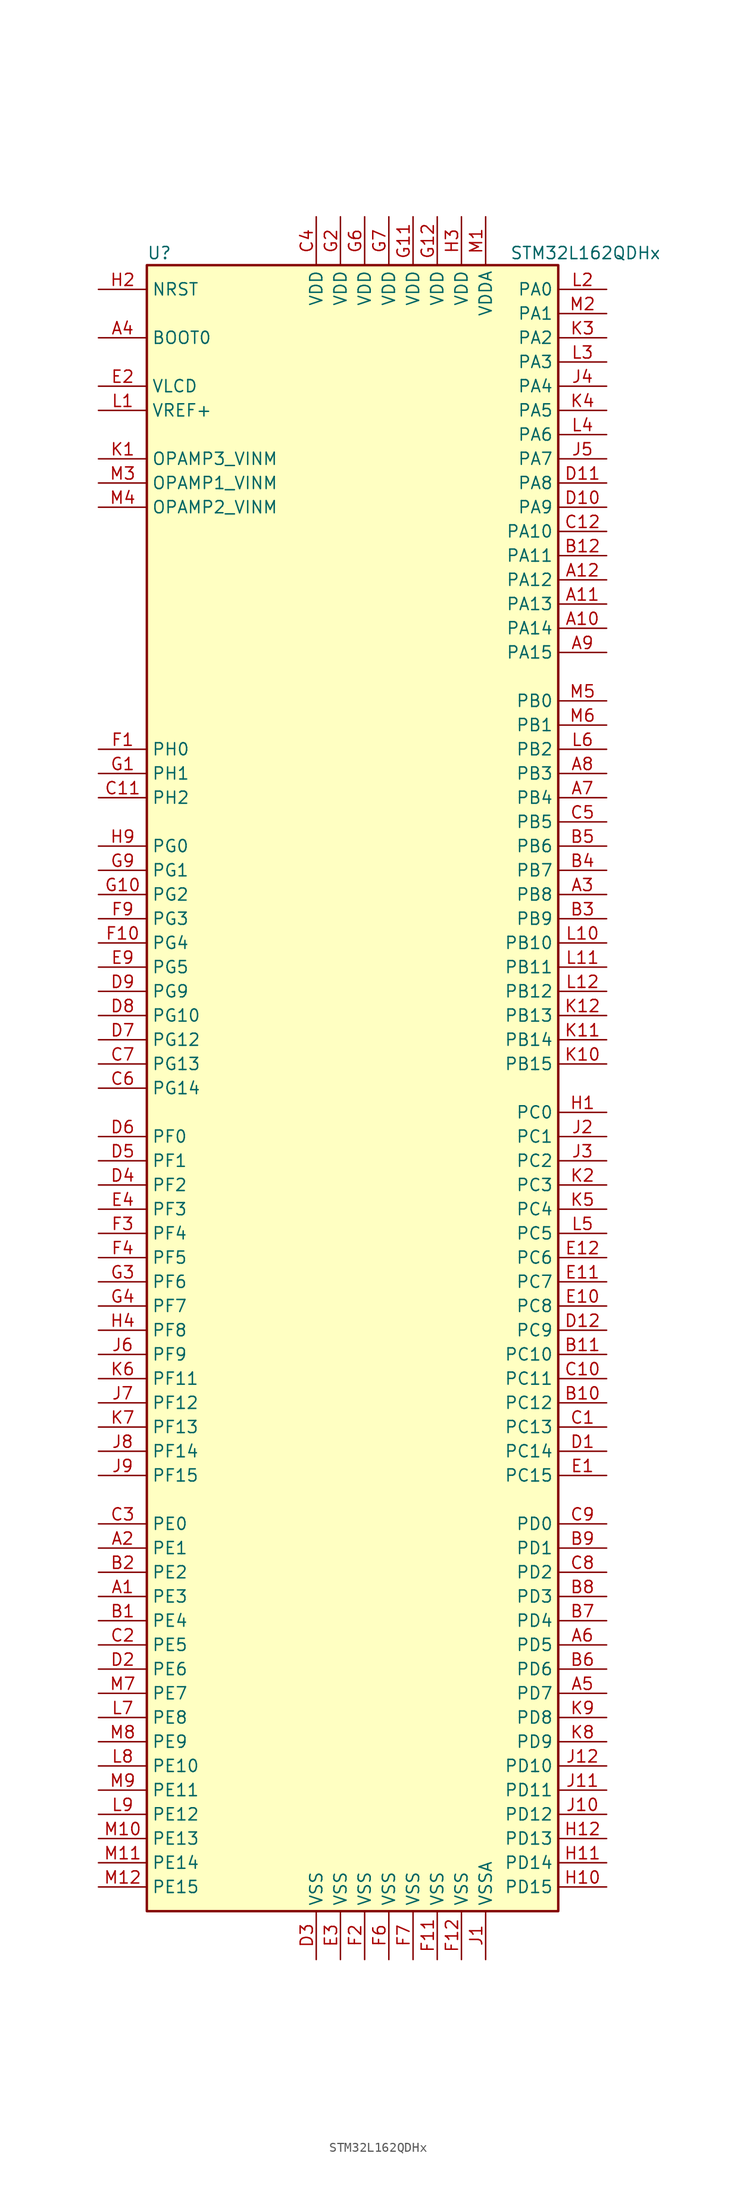
<source format=kicad_sym>
(kicad_symbol_lib
  (version 20201005)
  (generator kicad_symbol_editor)
  (symbol "MCU_ST_STM32L1:STM32L162QDHx"
    (property "Reference" "U"
      (at -22.86 87.63 0)
      (effects (font (size 1.27 1.27)) (justify left)))
    (property "Value" "STM32L162QDHx"
      (at 15.24 87.63 0)
      (effects (font (size 1.27 1.27)) (justify left)))
    (symbol "STM32L162QDHx_0_1"
      (rectangle (start -22.86 -86.36) (end 20.32 86.36) (stroke (width 0.254)) (fill (type background))))
    (symbol "STM32L162QDHx_1_1"
      (pin input line (at -27.94 78.74 0) (length 5.08) (name "BOOT0" (effects (font (size 1.27 1.27)))) (number "A4" (effects (font (size 1.27 1.27)))))
      (pin input line (at -27.94 83.82 0) (length 5.08) (name "NRST" (effects (font (size 1.27 1.27)))) (number "H2" (effects (font (size 1.27 1.27)))))
      (pin bidirectional line (at -27.94 63.5 0) (length 5.08) (name "OPAMP1_VINM" (effects (font (size 1.27 1.27)))) (number "M3" (effects (font (size 1.27 1.27)))))
      (pin bidirectional line (at -27.94 60.96 0) (length 5.08) (name "OPAMP2_VINM" (effects (font (size 1.27 1.27)))) (number "M4" (effects (font (size 1.27 1.27)))))
      (pin bidirectional line (at -27.94 66.04 0) (length 5.08) (name "OPAMP3_VINM" (effects (font (size 1.27 1.27)))) (number "K1" (effects (font (size 1.27 1.27)))))
      (pin bidirectional line (at 25.4 83.82 180) (length 5.08) (name "PA0" (effects (font (size 1.27 1.27)))) (number "L2" (effects (font (size 1.27 1.27)))))
      (pin bidirectional line (at 25.4 81.28 180) (length 5.08) (name "PA1" (effects (font (size 1.27 1.27)))) (number "M2" (effects (font (size 1.27 1.27)))))
      (pin bidirectional line (at 25.4 58.42 180) (length 5.08) (name "PA10" (effects (font (size 1.27 1.27)))) (number "C12" (effects (font (size 1.27 1.27)))))
      (pin bidirectional line (at 25.4 55.88 180) (length 5.08) (name "PA11" (effects (font (size 1.27 1.27)))) (number "B12" (effects (font (size 1.27 1.27)))))
      (pin bidirectional line (at 25.4 53.34 180) (length 5.08) (name "PA12" (effects (font (size 1.27 1.27)))) (number "A12" (effects (font (size 1.27 1.27)))))
      (pin bidirectional line (at 25.4 50.8 180) (length 5.08) (name "PA13" (effects (font (size 1.27 1.27)))) (number "A11" (effects (font (size 1.27 1.27)))))
      (pin bidirectional line (at 25.4 48.26 180) (length 5.08) (name "PA14" (effects (font (size 1.27 1.27)))) (number "A10" (effects (font (size 1.27 1.27)))))
      (pin bidirectional line (at 25.4 45.72 180) (length 5.08) (name "PA15" (effects (font (size 1.27 1.27)))) (number "A9" (effects (font (size 1.27 1.27)))))
      (pin bidirectional line (at 25.4 78.74 180) (length 5.08) (name "PA2" (effects (font (size 1.27 1.27)))) (number "K3" (effects (font (size 1.27 1.27)))))
      (pin bidirectional line (at 25.4 76.2 180) (length 5.08) (name "PA3" (effects (font (size 1.27 1.27)))) (number "L3" (effects (font (size 1.27 1.27)))))
      (pin bidirectional line (at 25.4 73.66 180) (length 5.08) (name "PA4" (effects (font (size 1.27 1.27)))) (number "J4" (effects (font (size 1.27 1.27)))))
      (pin bidirectional line (at 25.4 71.12 180) (length 5.08) (name "PA5" (effects (font (size 1.27 1.27)))) (number "K4" (effects (font (size 1.27 1.27)))))
      (pin bidirectional line (at 25.4 68.58 180) (length 5.08) (name "PA6" (effects (font (size 1.27 1.27)))) (number "L4" (effects (font (size 1.27 1.27)))))
      (pin bidirectional line (at 25.4 66.04 180) (length 5.08) (name "PA7" (effects (font (size 1.27 1.27)))) (number "J5" (effects (font (size 1.27 1.27)))))
      (pin bidirectional line (at 25.4 63.5 180) (length 5.08) (name "PA8" (effects (font (size 1.27 1.27)))) (number "D11" (effects (font (size 1.27 1.27)))))
      (pin bidirectional line (at 25.4 60.96 180) (length 5.08) (name "PA9" (effects (font (size 1.27 1.27)))) (number "D10" (effects (font (size 1.27 1.27)))))
      (pin bidirectional line (at 25.4 40.64 180) (length 5.08) (name "PB0" (effects (font (size 1.27 1.27)))) (number "M5" (effects (font (size 1.27 1.27)))))
      (pin bidirectional line (at 25.4 38.1 180) (length 5.08) (name "PB1" (effects (font (size 1.27 1.27)))) (number "M6" (effects (font (size 1.27 1.27)))))
      (pin bidirectional line (at 25.4 15.24 180) (length 5.08) (name "PB10" (effects (font (size 1.27 1.27)))) (number "L10" (effects (font (size 1.27 1.27)))))
      (pin bidirectional line (at 25.4 12.7 180) (length 5.08) (name "PB11" (effects (font (size 1.27 1.27)))) (number "L11" (effects (font (size 1.27 1.27)))))
      (pin bidirectional line (at 25.4 10.16 180) (length 5.08) (name "PB12" (effects (font (size 1.27 1.27)))) (number "L12" (effects (font (size 1.27 1.27)))))
      (pin bidirectional line (at 25.4 7.62 180) (length 5.08) (name "PB13" (effects (font (size 1.27 1.27)))) (number "K12" (effects (font (size 1.27 1.27)))))
      (pin bidirectional line (at 25.4 5.08 180) (length 5.08) (name "PB14" (effects (font (size 1.27 1.27)))) (number "K11" (effects (font (size 1.27 1.27)))))
      (pin bidirectional line (at 25.4 2.54 180) (length 5.08) (name "PB15" (effects (font (size 1.27 1.27)))) (number "K10" (effects (font (size 1.27 1.27)))))
      (pin bidirectional line (at 25.4 35.56 180) (length 5.08) (name "PB2" (effects (font (size 1.27 1.27)))) (number "L6" (effects (font (size 1.27 1.27)))))
      (pin bidirectional line (at 25.4 33.02 180) (length 5.08) (name "PB3" (effects (font (size 1.27 1.27)))) (number "A8" (effects (font (size 1.27 1.27)))))
      (pin bidirectional line (at 25.4 30.48 180) (length 5.08) (name "PB4" (effects (font (size 1.27 1.27)))) (number "A7" (effects (font (size 1.27 1.27)))))
      (pin bidirectional line (at 25.4 27.94 180) (length 5.08) (name "PB5" (effects (font (size 1.27 1.27)))) (number "C5" (effects (font (size 1.27 1.27)))))
      (pin bidirectional line (at 25.4 25.4 180) (length 5.08) (name "PB6" (effects (font (size 1.27 1.27)))) (number "B5" (effects (font (size 1.27 1.27)))))
      (pin bidirectional line (at 25.4 22.86 180) (length 5.08) (name "PB7" (effects (font (size 1.27 1.27)))) (number "B4" (effects (font (size 1.27 1.27)))))
      (pin bidirectional line (at 25.4 20.32 180) (length 5.08) (name "PB8" (effects (font (size 1.27 1.27)))) (number "A3" (effects (font (size 1.27 1.27)))))
      (pin bidirectional line (at 25.4 17.78 180) (length 5.08) (name "PB9" (effects (font (size 1.27 1.27)))) (number "B3" (effects (font (size 1.27 1.27)))))
      (pin bidirectional line (at 25.4 -2.54 180) (length 5.08) (name "PC0" (effects (font (size 1.27 1.27)))) (number "H1" (effects (font (size 1.27 1.27)))))
      (pin bidirectional line (at 25.4 -5.08 180) (length 5.08) (name "PC1" (effects (font (size 1.27 1.27)))) (number "J2" (effects (font (size 1.27 1.27)))))
      (pin bidirectional line (at 25.4 -27.94 180) (length 5.08) (name "PC10" (effects (font (size 1.27 1.27)))) (number "B11" (effects (font (size 1.27 1.27)))))
      (pin bidirectional line (at 25.4 -30.48 180) (length 5.08) (name "PC11" (effects (font (size 1.27 1.27)))) (number "C10" (effects (font (size 1.27 1.27)))))
      (pin bidirectional line (at 25.4 -33.02 180) (length 5.08) (name "PC12" (effects (font (size 1.27 1.27)))) (number "B10" (effects (font (size 1.27 1.27)))))
      (pin bidirectional line (at 25.4 -35.56 180) (length 5.08) (name "PC13" (effects (font (size 1.27 1.27)))) (number "C1" (effects (font (size 1.27 1.27)))))
      (pin bidirectional line (at 25.4 -38.1 180) (length 5.08) (name "PC14" (effects (font (size 1.27 1.27)))) (number "D1" (effects (font (size 1.27 1.27)))))
      (pin bidirectional line (at 25.4 -40.64 180) (length 5.08) (name "PC15" (effects (font (size 1.27 1.27)))) (number "E1" (effects (font (size 1.27 1.27)))))
      (pin bidirectional line (at 25.4 -7.62 180) (length 5.08) (name "PC2" (effects (font (size 1.27 1.27)))) (number "J3" (effects (font (size 1.27 1.27)))))
      (pin bidirectional line (at 25.4 -10.16 180) (length 5.08) (name "PC3" (effects (font (size 1.27 1.27)))) (number "K2" (effects (font (size 1.27 1.27)))))
      (pin bidirectional line (at 25.4 -12.7 180) (length 5.08) (name "PC4" (effects (font (size 1.27 1.27)))) (number "K5" (effects (font (size 1.27 1.27)))))
      (pin bidirectional line (at 25.4 -15.24 180) (length 5.08) (name "PC5" (effects (font (size 1.27 1.27)))) (number "L5" (effects (font (size 1.27 1.27)))))
      (pin bidirectional line (at 25.4 -17.78 180) (length 5.08) (name "PC6" (effects (font (size 1.27 1.27)))) (number "E12" (effects (font (size 1.27 1.27)))))
      (pin bidirectional line (at 25.4 -20.32 180) (length 5.08) (name "PC7" (effects (font (size 1.27 1.27)))) (number "E11" (effects (font (size 1.27 1.27)))))
      (pin bidirectional line (at 25.4 -22.86 180) (length 5.08) (name "PC8" (effects (font (size 1.27 1.27)))) (number "E10" (effects (font (size 1.27 1.27)))))
      (pin bidirectional line (at 25.4 -25.4 180) (length 5.08) (name "PC9" (effects (font (size 1.27 1.27)))) (number "D12" (effects (font (size 1.27 1.27)))))
      (pin bidirectional line (at 25.4 -45.72 180) (length 5.08) (name "PD0" (effects (font (size 1.27 1.27)))) (number "C9" (effects (font (size 1.27 1.27)))))
      (pin bidirectional line (at 25.4 -48.26 180) (length 5.08) (name "PD1" (effects (font (size 1.27 1.27)))) (number "B9" (effects (font (size 1.27 1.27)))))
      (pin bidirectional line (at 25.4 -71.12 180) (length 5.08) (name "PD10" (effects (font (size 1.27 1.27)))) (number "J12" (effects (font (size 1.27 1.27)))))
      (pin bidirectional line (at 25.4 -73.66 180) (length 5.08) (name "PD11" (effects (font (size 1.27 1.27)))) (number "J11" (effects (font (size 1.27 1.27)))))
      (pin bidirectional line (at 25.4 -76.2 180) (length 5.08) (name "PD12" (effects (font (size 1.27 1.27)))) (number "J10" (effects (font (size 1.27 1.27)))))
      (pin bidirectional line (at 25.4 -78.74 180) (length 5.08) (name "PD13" (effects (font (size 1.27 1.27)))) (number "H12" (effects (font (size 1.27 1.27)))))
      (pin bidirectional line (at 25.4 -81.28 180) (length 5.08) (name "PD14" (effects (font (size 1.27 1.27)))) (number "H11" (effects (font (size 1.27 1.27)))))
      (pin bidirectional line (at 25.4 -83.82 180) (length 5.08) (name "PD15" (effects (font (size 1.27 1.27)))) (number "H10" (effects (font (size 1.27 1.27)))))
      (pin bidirectional line (at 25.4 -50.8 180) (length 5.08) (name "PD2" (effects (font (size 1.27 1.27)))) (number "C8" (effects (font (size 1.27 1.27)))))
      (pin bidirectional line (at 25.4 -53.34 180) (length 5.08) (name "PD3" (effects (font (size 1.27 1.27)))) (number "B8" (effects (font (size 1.27 1.27)))))
      (pin bidirectional line (at 25.4 -55.88 180) (length 5.08) (name "PD4" (effects (font (size 1.27 1.27)))) (number "B7" (effects (font (size 1.27 1.27)))))
      (pin bidirectional line (at 25.4 -58.42 180) (length 5.08) (name "PD5" (effects (font (size 1.27 1.27)))) (number "A6" (effects (font (size 1.27 1.27)))))
      (pin bidirectional line (at 25.4 -60.96 180) (length 5.08) (name "PD6" (effects (font (size 1.27 1.27)))) (number "B6" (effects (font (size 1.27 1.27)))))
      (pin bidirectional line (at 25.4 -63.5 180) (length 5.08) (name "PD7" (effects (font (size 1.27 1.27)))) (number "A5" (effects (font (size 1.27 1.27)))))
      (pin bidirectional line (at 25.4 -66.04 180) (length 5.08) (name "PD8" (effects (font (size 1.27 1.27)))) (number "K9" (effects (font (size 1.27 1.27)))))
      (pin bidirectional line (at 25.4 -68.58 180) (length 5.08) (name "PD9" (effects (font (size 1.27 1.27)))) (number "K8" (effects (font (size 1.27 1.27)))))
      (pin bidirectional line (at -27.94 -45.72 0) (length 5.08) (name "PE0" (effects (font (size 1.27 1.27)))) (number "C3" (effects (font (size 1.27 1.27)))))
      (pin bidirectional line (at -27.94 -48.26 0) (length 5.08) (name "PE1" (effects (font (size 1.27 1.27)))) (number "A2" (effects (font (size 1.27 1.27)))))
      (pin bidirectional line (at -27.94 -71.12 0) (length 5.08) (name "PE10" (effects (font (size 1.27 1.27)))) (number "L8" (effects (font (size 1.27 1.27)))))
      (pin bidirectional line (at -27.94 -73.66 0) (length 5.08) (name "PE11" (effects (font (size 1.27 1.27)))) (number "M9" (effects (font (size 1.27 1.27)))))
      (pin bidirectional line (at -27.94 -76.2 0) (length 5.08) (name "PE12" (effects (font (size 1.27 1.27)))) (number "L9" (effects (font (size 1.27 1.27)))))
      (pin bidirectional line (at -27.94 -78.74 0) (length 5.08) (name "PE13" (effects (font (size 1.27 1.27)))) (number "M10" (effects (font (size 1.27 1.27)))))
      (pin bidirectional line (at -27.94 -81.28 0) (length 5.08) (name "PE14" (effects (font (size 1.27 1.27)))) (number "M11" (effects (font (size 1.27 1.27)))))
      (pin bidirectional line (at -27.94 -83.82 0) (length 5.08) (name "PE15" (effects (font (size 1.27 1.27)))) (number "M12" (effects (font (size 1.27 1.27)))))
      (pin bidirectional line (at -27.94 -50.8 0) (length 5.08) (name "PE2" (effects (font (size 1.27 1.27)))) (number "B2" (effects (font (size 1.27 1.27)))))
      (pin bidirectional line (at -27.94 -53.34 0) (length 5.08) (name "PE3" (effects (font (size 1.27 1.27)))) (number "A1" (effects (font (size 1.27 1.27)))))
      (pin bidirectional line (at -27.94 -55.88 0) (length 5.08) (name "PE4" (effects (font (size 1.27 1.27)))) (number "B1" (effects (font (size 1.27 1.27)))))
      (pin bidirectional line (at -27.94 -58.42 0) (length 5.08) (name "PE5" (effects (font (size 1.27 1.27)))) (number "C2" (effects (font (size 1.27 1.27)))))
      (pin bidirectional line (at -27.94 -60.96 0) (length 5.08) (name "PE6" (effects (font (size 1.27 1.27)))) (number "D2" (effects (font (size 1.27 1.27)))))
      (pin bidirectional line (at -27.94 -63.5 0) (length 5.08) (name "PE7" (effects (font (size 1.27 1.27)))) (number "M7" (effects (font (size 1.27 1.27)))))
      (pin bidirectional line (at -27.94 -66.04 0) (length 5.08) (name "PE8" (effects (font (size 1.27 1.27)))) (number "L7" (effects (font (size 1.27 1.27)))))
      (pin bidirectional line (at -27.94 -68.58 0) (length 5.08) (name "PE9" (effects (font (size 1.27 1.27)))) (number "M8" (effects (font (size 1.27 1.27)))))
      (pin bidirectional line (at -27.94 -5.08 0) (length 5.08) (name "PF0" (effects (font (size 1.27 1.27)))) (number "D6" (effects (font (size 1.27 1.27)))))
      (pin bidirectional line (at -27.94 -7.62 0) (length 5.08) (name "PF1" (effects (font (size 1.27 1.27)))) (number "D5" (effects (font (size 1.27 1.27)))))
      (pin bidirectional line (at -27.94 -30.48 0) (length 5.08) (name "PF11" (effects (font (size 1.27 1.27)))) (number "K6" (effects (font (size 1.27 1.27)))))
      (pin bidirectional line (at -27.94 -33.02 0) (length 5.08) (name "PF12" (effects (font (size 1.27 1.27)))) (number "J7" (effects (font (size 1.27 1.27)))))
      (pin bidirectional line (at -27.94 -35.56 0) (length 5.08) (name "PF13" (effects (font (size 1.27 1.27)))) (number "K7" (effects (font (size 1.27 1.27)))))
      (pin bidirectional line (at -27.94 -38.1 0) (length 5.08) (name "PF14" (effects (font (size 1.27 1.27)))) (number "J8" (effects (font (size 1.27 1.27)))))
      (pin bidirectional line (at -27.94 -40.64 0) (length 5.08) (name "PF15" (effects (font (size 1.27 1.27)))) (number "J9" (effects (font (size 1.27 1.27)))))
      (pin bidirectional line (at -27.94 -10.16 0) (length 5.08) (name "PF2" (effects (font (size 1.27 1.27)))) (number "D4" (effects (font (size 1.27 1.27)))))
      (pin bidirectional line (at -27.94 -12.7 0) (length 5.08) (name "PF3" (effects (font (size 1.27 1.27)))) (number "E4" (effects (font (size 1.27 1.27)))))
      (pin bidirectional line (at -27.94 -15.24 0) (length 5.08) (name "PF4" (effects (font (size 1.27 1.27)))) (number "F3" (effects (font (size 1.27 1.27)))))
      (pin bidirectional line (at -27.94 -17.78 0) (length 5.08) (name "PF5" (effects (font (size 1.27 1.27)))) (number "F4" (effects (font (size 1.27 1.27)))))
      (pin bidirectional line (at -27.94 -20.32 0) (length 5.08) (name "PF6" (effects (font (size 1.27 1.27)))) (number "G3" (effects (font (size 1.27 1.27)))))
      (pin bidirectional line (at -27.94 -22.86 0) (length 5.08) (name "PF7" (effects (font (size 1.27 1.27)))) (number "G4" (effects (font (size 1.27 1.27)))))
      (pin bidirectional line (at -27.94 -25.4 0) (length 5.08) (name "PF8" (effects (font (size 1.27 1.27)))) (number "H4" (effects (font (size 1.27 1.27)))))
      (pin bidirectional line (at -27.94 -27.94 0) (length 5.08) (name "PF9" (effects (font (size 1.27 1.27)))) (number "J6" (effects (font (size 1.27 1.27)))))
      (pin bidirectional line (at -27.94 25.4 0) (length 5.08) (name "PG0" (effects (font (size 1.27 1.27)))) (number "H9" (effects (font (size 1.27 1.27)))))
      (pin bidirectional line (at -27.94 22.86 0) (length 5.08) (name "PG1" (effects (font (size 1.27 1.27)))) (number "G9" (effects (font (size 1.27 1.27)))))
      (pin bidirectional line (at -27.94 7.62 0) (length 5.08) (name "PG10" (effects (font (size 1.27 1.27)))) (number "D8" (effects (font (size 1.27 1.27)))))
      (pin bidirectional line (at -27.94 5.08 0) (length 5.08) (name "PG12" (effects (font (size 1.27 1.27)))) (number "D7" (effects (font (size 1.27 1.27)))))
      (pin bidirectional line (at -27.94 2.54 0) (length 5.08) (name "PG13" (effects (font (size 1.27 1.27)))) (number "C7" (effects (font (size 1.27 1.27)))))
      (pin bidirectional line (at -27.94 0 0) (length 5.08) (name "PG14" (effects (font (size 1.27 1.27)))) (number "C6" (effects (font (size 1.27 1.27)))))
      (pin bidirectional line (at -27.94 20.32 0) (length 5.08) (name "PG2" (effects (font (size 1.27 1.27)))) (number "G10" (effects (font (size 1.27 1.27)))))
      (pin bidirectional line (at -27.94 17.78 0) (length 5.08) (name "PG3" (effects (font (size 1.27 1.27)))) (number "F9" (effects (font (size 1.27 1.27)))))
      (pin bidirectional line (at -27.94 15.24 0) (length 5.08) (name "PG4" (effects (font (size 1.27 1.27)))) (number "F10" (effects (font (size 1.27 1.27)))))
      (pin bidirectional line (at -27.94 12.7 0) (length 5.08) (name "PG5" (effects (font (size 1.27 1.27)))) (number "E9" (effects (font (size 1.27 1.27)))))
      (pin bidirectional line (at -27.94 10.16 0) (length 5.08) (name "PG9" (effects (font (size 1.27 1.27)))) (number "D9" (effects (font (size 1.27 1.27)))))
      (pin input line (at -27.94 35.56 0) (length 5.08) (name "PH0" (effects (font (size 1.27 1.27)))) (number "F1" (effects (font (size 1.27 1.27)))))
      (pin input line (at -27.94 33.02 0) (length 5.08) (name "PH1" (effects (font (size 1.27 1.27)))) (number "G1" (effects (font (size 1.27 1.27)))))
      (pin bidirectional line (at -27.94 30.48 0) (length 5.08) (name "PH2" (effects (font (size 1.27 1.27)))) (number "C11" (effects (font (size 1.27 1.27)))))
      (pin power_in line (at -5.08 91.44 270) (length 5.08) (name "VDD" (effects (font (size 1.27 1.27)))) (number "C4" (effects (font (size 1.27 1.27)))))
      (pin power_in line (at 5.08 91.44 270) (length 5.08) (name "VDD" (effects (font (size 1.27 1.27)))) (number "G11" (effects (font (size 1.27 1.27)))))
      (pin power_in line (at 7.62 91.44 270) (length 5.08) (name "VDD" (effects (font (size 1.27 1.27)))) (number "G12" (effects (font (size 1.27 1.27)))))
      (pin power_in line (at -2.54 91.44 270) (length 5.08) (name "VDD" (effects (font (size 1.27 1.27)))) (number "G2" (effects (font (size 1.27 1.27)))))
      (pin power_in line (at 0 91.44 270) (length 5.08) (name "VDD" (effects (font (size 1.27 1.27)))) (number "G6" (effects (font (size 1.27 1.27)))))
      (pin power_in line (at 2.54 91.44 270) (length 5.08) (name "VDD" (effects (font (size 1.27 1.27)))) (number "G7" (effects (font (size 1.27 1.27)))))
      (pin power_in line (at 10.16 91.44 270) (length 5.08) (name "VDD" (effects (font (size 1.27 1.27)))) (number "H3" (effects (font (size 1.27 1.27)))))
      (pin power_in line (at 12.7 91.44 270) (length 5.08) (name "VDDA" (effects (font (size 1.27 1.27)))) (number "M1" (effects (font (size 1.27 1.27)))))
      (pin power_in line (at -27.94 73.66 0) (length 5.08) (name "VLCD" (effects (font (size 1.27 1.27)))) (number "E2" (effects (font (size 1.27 1.27)))))
      (pin power_in line (at -27.94 71.12 0) (length 5.08) (name "VREF+" (effects (font (size 1.27 1.27)))) (number "L1" (effects (font (size 1.27 1.27)))))
      (pin power_in line (at -5.08 -91.44 90) (length 5.08) (name "VSS" (effects (font (size 1.27 1.27)))) (number "D3" (effects (font (size 1.27 1.27)))))
      (pin power_in line (at -2.54 -91.44 90) (length 5.08) (name "VSS" (effects (font (size 1.27 1.27)))) (number "E3" (effects (font (size 1.27 1.27)))))
      (pin power_in line (at 7.62 -91.44 90) (length 5.08) (name "VSS" (effects (font (size 1.27 1.27)))) (number "F11" (effects (font (size 1.27 1.27)))))
      (pin power_in line (at 10.16 -91.44 90) (length 5.08) (name "VSS" (effects (font (size 1.27 1.27)))) (number "F12" (effects (font (size 1.27 1.27)))))
      (pin power_in line (at 0 -91.44 90) (length 5.08) (name "VSS" (effects (font (size 1.27 1.27)))) (number "F2" (effects (font (size 1.27 1.27)))))
      (pin power_in line (at 2.54 -91.44 90) (length 5.08) (name "VSS" (effects (font (size 1.27 1.27)))) (number "F6" (effects (font (size 1.27 1.27)))))
      (pin power_in line (at 5.08 -91.44 90) (length 5.08) (name "VSS" (effects (font (size 1.27 1.27)))) (number "F7" (effects (font (size 1.27 1.27)))))
      (pin power_in line (at 12.7 -91.44 90) (length 5.08) (name "VSSA" (effects (font (size 1.27 1.27)))) (number "J1" (effects (font (size 1.27 1.27))))))))
</source>
